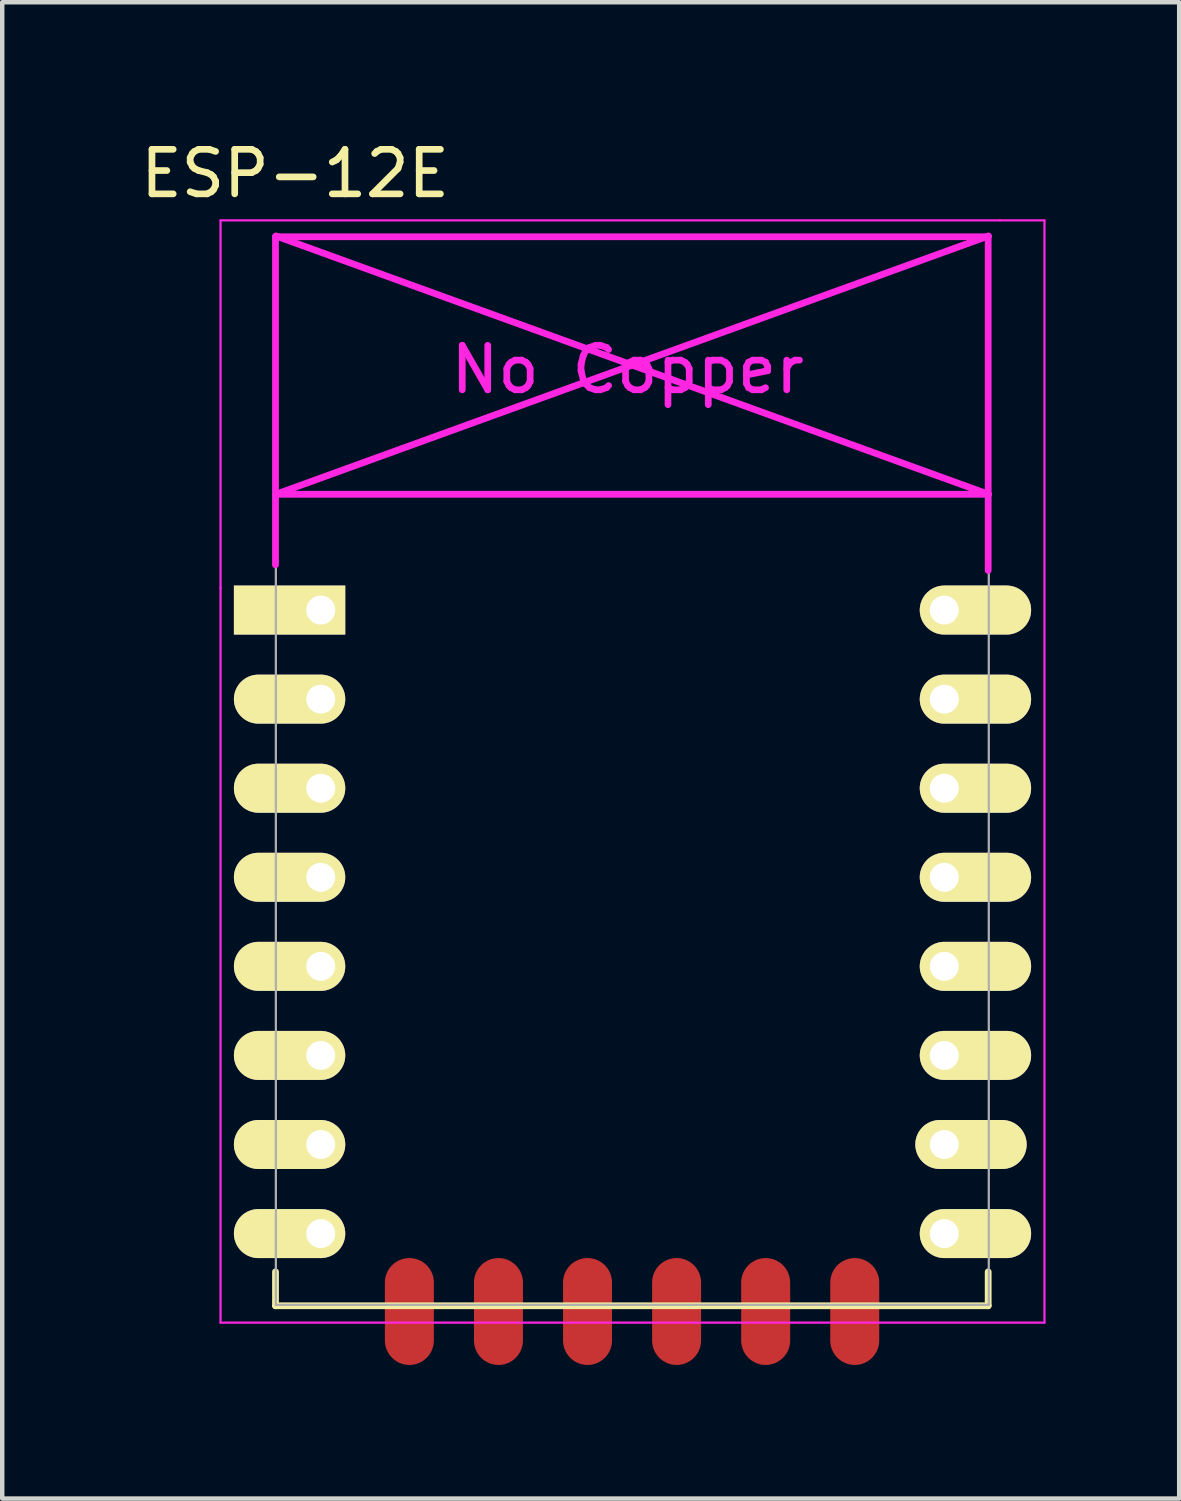
<source format=kicad_pcb>
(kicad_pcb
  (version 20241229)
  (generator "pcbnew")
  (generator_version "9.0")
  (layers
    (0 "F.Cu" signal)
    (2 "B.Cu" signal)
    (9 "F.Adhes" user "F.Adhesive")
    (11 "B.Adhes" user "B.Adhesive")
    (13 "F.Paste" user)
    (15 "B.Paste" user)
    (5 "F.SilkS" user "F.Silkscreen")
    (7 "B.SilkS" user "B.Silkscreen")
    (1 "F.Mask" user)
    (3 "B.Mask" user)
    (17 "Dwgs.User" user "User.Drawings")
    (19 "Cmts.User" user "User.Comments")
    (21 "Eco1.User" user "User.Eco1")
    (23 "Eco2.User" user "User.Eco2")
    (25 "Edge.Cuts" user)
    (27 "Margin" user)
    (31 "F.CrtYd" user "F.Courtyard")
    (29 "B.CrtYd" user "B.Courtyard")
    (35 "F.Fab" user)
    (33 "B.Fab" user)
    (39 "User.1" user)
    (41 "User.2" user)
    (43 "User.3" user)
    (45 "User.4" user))
  (footprint "ESP-12E"
    (layer "F.Cu")
    (at 4.152 10.648)
    (property "Reference" "ESP-12E" (at -0.575 -9.8 0) (layer "F.SilkS") (effects (font (size 1 1) (thickness 0.15))))
    (attr through_hole)
    (fp_line (start -1.016 14.859) (end -1.016 15.621) (stroke (width 0.152) (type solid)) (layer "F.SilkS"))
    (fp_line (start -1.016 15.621) (end 14.986 15.621) (stroke (width 0.152) (type solid)) (layer "F.SilkS"))
    (fp_line (start 14.986 15.621) (end 14.986 14.859) (stroke (width 0.152) (type solid)) (layer "F.SilkS"))
    (fp_line (start -2.25 -8.75) (end 15.25 -8.75) (stroke (width 0.05) (type solid)) (layer "F.CrtYd"))
    (fp_line (start -2.25 -0.5) (end -2.25 -8.75) (stroke (width 0.05) (type solid)) (layer "F.CrtYd"))
    (fp_line (start -2.25 16) (end -2.25 -0.5) (stroke (width 0.05) (type solid)) (layer "F.CrtYd"))
    (fp_line (start -1.016 -8.382) (end -1.016 -1.016) (stroke (width 0.152) (type solid)) (layer "F.CrtYd"))
    (fp_line (start -1.016 -8.382) (end 14.986 -8.382) (stroke (width 0.152) (type solid)) (layer "F.CrtYd"))
    (fp_line (start -1.008 -8.4) (end 14.992 -2.6) (stroke (width 0.152) (type solid)) (layer "F.CrtYd"))
    (fp_line (start -1.008 -2.6) (end 14.992 -2.6) (stroke (width 0.152) (type solid)) (layer "F.CrtYd"))
    (fp_line (start 14.986 -8.382) (end 14.986 -0.889) (stroke (width 0.152) (type solid)) (layer "F.CrtYd"))
    (fp_line (start 14.992 -8.4) (end -1.008 -2.6) (stroke (width 0.152) (type solid)) (layer "F.CrtYd"))
    (fp_line (start 15.25 -8.75) (end 16.25 -8.75) (stroke (width 0.05) (type solid)) (layer "F.CrtYd"))
    (fp_line (start 16.25 -8.75) (end 16.25 16) (stroke (width 0.05) (type solid)) (layer "F.CrtYd"))
    (fp_line (start 16.25 16) (end -2.25 16) (stroke (width 0.05) (type solid)) (layer "F.CrtYd"))
    (fp_line (start -1.008 -8.4) (end 14.992 -8.4) (stroke (width 0.05) (type solid)) (layer "F.Fab"))
    (fp_line (start -1.008 15.6) (end -1.008 -8.4) (stroke (width 0.05) (type solid)) (layer "F.Fab"))
    (fp_line (start 14.992 15.6) (end -1.008 15.6) (stroke (width 0.05) (type solid)) (layer "F.Fab"))
    (fp_line (start 15 -8.4) (end 15 15.6) (stroke (width 0.05) (type solid)) (layer "F.Fab"))
    (fp_text user "No Copper" (at 6.892 -5.4 0) (layer "F.CrtYd") (effects (font (size 1 1) (thickness 0.15))))
    (pad "1" thru_hole rect (at 0 0) (size 2.5 1.1) (drill 0.65 (offset -0.7 0)) (layers "*.Cu" "*.Mask" "F.SilkS"))
    (pad "2" thru_hole oval (at 0 2) (size 2.5 1.1) (drill 0.65 (offset -0.7 0)) (layers "*.Cu" "*.Mask" "F.SilkS"))
    (pad "3" thru_hole oval (at 0 4) (size 2.5 1.1) (drill 0.65 (offset -0.7 0)) (layers "*.Cu" "*.Mask" "F.SilkS"))
    (pad "4" thru_hole oval (at 0 6) (size 2.5 1.1) (drill 0.65 (offset -0.7 0)) (layers "*.Cu" "*.Mask" "F.SilkS"))
    (pad "5" thru_hole oval (at 0 8) (size 2.5 1.1) (drill 0.65 (offset -0.7 0)) (layers "*.Cu" "*.Mask" "F.SilkS"))
    (pad "6" thru_hole oval (at 0 10) (size 2.5 1.1) (drill 0.65 (offset -0.7 0)) (layers "*.Cu" "*.Mask" "F.SilkS"))
    (pad "7" thru_hole oval (at 0 12) (size 2.5 1.1) (drill 0.65 (offset -0.7 0)) (layers "*.Cu" "*.Mask" "F.SilkS"))
    (pad "8" thru_hole oval (at 0 14) (size 2.5 1.1) (drill 0.65 (offset -0.7 0)) (layers "*.Cu" "*.Mask" "F.SilkS"))
    (pad "9" smd oval (at 1.99 15.75 90) (size 2.4 1.1) (layers "F.Cu" "F.Mask" "F.Paste"))
    (pad "10" smd oval (at 3.99 15.75 90) (size 2.4 1.1) (layers "F.Cu" "F.Mask" "F.Paste"))
    (pad "11" smd oval (at 5.99 15.75 90) (size 2.4 1.1) (layers "F.Cu" "F.Mask" "F.Paste"))
    (pad "12" smd oval (at 7.99 15.75 90) (size 2.4 1.1) (layers "F.Cu" "F.Mask" "F.Paste"))
    (pad "13" smd oval (at 9.99 15.75 90) (size 2.4 1.1) (layers "F.Cu" "F.Mask" "F.Paste"))
    (pad "14" smd oval (at 11.99 15.75 90) (size 2.4 1.1) (layers "F.Cu" "F.Mask" "F.Paste"))
    (pad "15" thru_hole oval (at 14 14) (size 2.5 1.1) (drill 0.65 (offset 0.7 0)) (layers "*.Cu" "*.Mask" "F.SilkS"))
    (pad "16" thru_hole oval (at 14 12) (size 2.5 1.1) (drill 0.65 (offset 0.6 0)) (layers "*.Cu" "*.Mask" "F.SilkS"))
    (pad "17" thru_hole oval (at 14 10) (size 2.5 1.1) (drill 0.65 (offset 0.7 0)) (layers "*.Cu" "*.Mask" "F.SilkS"))
    (pad "18" thru_hole oval (at 14 8) (size 2.5 1.1) (drill 0.65 (offset 0.7 0)) (layers "*.Cu" "*.Mask" "F.SilkS"))
    (pad "19" thru_hole oval (at 14 6) (size 2.5 1.1) (drill 0.65 (offset 0.7 0)) (layers "*.Cu" "*.Mask" "F.SilkS"))
    (pad "20" thru_hole oval (at 14 4) (size 2.5 1.1) (drill 0.65 (offset 0.7 0)) (layers "*.Cu" "*.Mask" "F.SilkS"))
    (pad "21" thru_hole oval (at 14 2) (size 2.5 1.1) (drill 0.65 (offset 0.7 0)) (layers "*.Cu" "*.Mask" "F.SilkS"))
    (pad "22" thru_hole oval (at 14 0) (size 2.5 1.1) (drill 0.65 (offset 0.7 0)) (layers "*.Cu" "*.Mask" "F.SilkS")))
  (gr_rect
    (start -3 -3)
    (end 23.427 30.598)
    (stroke (width 0.1) (type default))
    (fill no)
    (layer "Edge.Cuts")))
</source>
